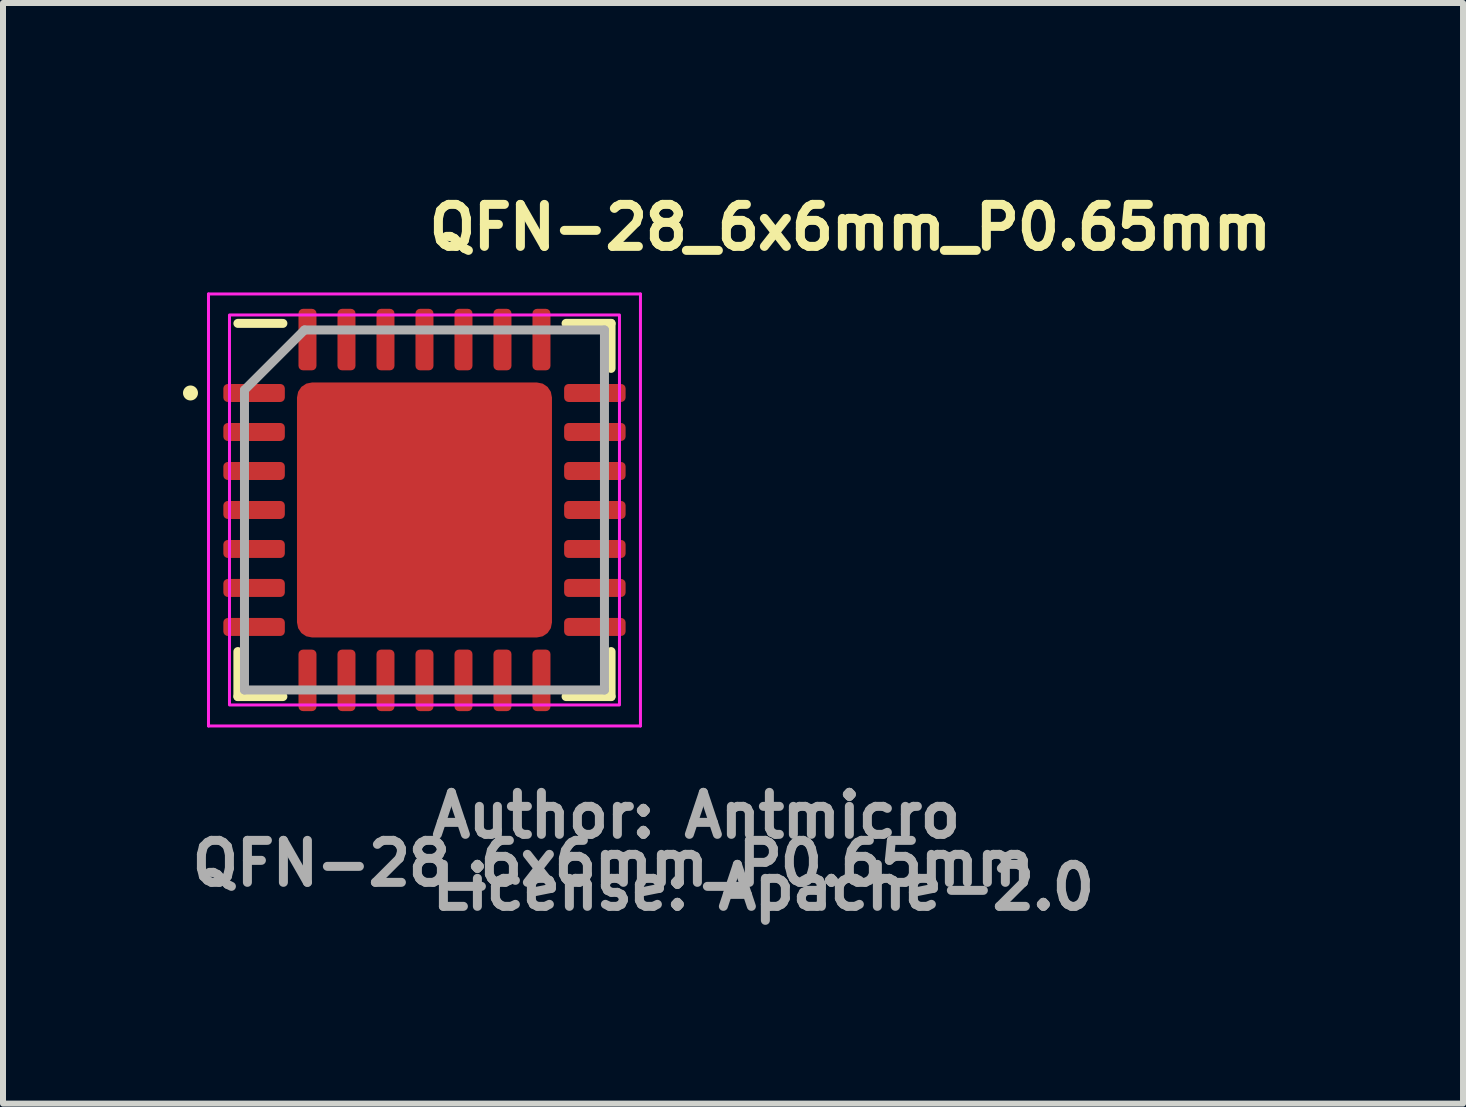
<source format=kicad_pcb>
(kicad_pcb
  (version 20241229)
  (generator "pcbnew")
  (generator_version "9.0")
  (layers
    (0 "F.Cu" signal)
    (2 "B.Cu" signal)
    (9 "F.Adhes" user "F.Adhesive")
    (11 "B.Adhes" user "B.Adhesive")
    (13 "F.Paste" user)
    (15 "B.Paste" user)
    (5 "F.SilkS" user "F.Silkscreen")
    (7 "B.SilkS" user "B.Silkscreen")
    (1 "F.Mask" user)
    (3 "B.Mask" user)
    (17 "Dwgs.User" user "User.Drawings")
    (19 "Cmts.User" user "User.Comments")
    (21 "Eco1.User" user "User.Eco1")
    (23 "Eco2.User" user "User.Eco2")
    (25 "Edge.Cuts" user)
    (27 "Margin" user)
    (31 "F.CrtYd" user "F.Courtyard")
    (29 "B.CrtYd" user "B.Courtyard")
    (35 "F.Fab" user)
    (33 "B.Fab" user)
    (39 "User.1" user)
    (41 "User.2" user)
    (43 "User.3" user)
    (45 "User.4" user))
  (footprint "QFN-28_6x6mm_P0.65mm"
    (layer "F.Cu")
    (at 4.025 5.45)
    (property "Reference" "QFN-28_6x6mm_P0.65mm" (at 0 -4.3 0) (layer "F.SilkS") (effects (font (size 0.7 0.7) (thickness 0.15)) (justify left bottom)))
    (attr smd)
    (fp_line (start -3.11 3.11) (end -3.11 2.36) (stroke (width 0.15) (type solid)) (layer "F.SilkS"))
    (fp_line (start -2.36 -3.11) (end -3.11 -3.11) (stroke (width 0.15) (type solid)) (layer "F.SilkS"))
    (fp_line (start -2.36 3.11) (end -3.11 3.11) (stroke (width 0.15) (type solid)) (layer "F.SilkS"))
    (fp_line (start 2.36 -3.11) (end 3.11 -3.11) (stroke (width 0.15) (type solid)) (layer "F.SilkS"))
    (fp_line (start 2.36 3.11) (end 3.11 3.11) (stroke (width 0.15) (type solid)) (layer "F.SilkS"))
    (fp_line (start 3.11 -3.11) (end 3.11 -2.36) (stroke (width 0.15) (type solid)) (layer "F.SilkS"))
    (fp_line (start 3.11 3.11) (end 3.11 2.36) (stroke (width 0.15) (type solid)) (layer "F.SilkS"))
    (fp_circle (center -3.9 -1.95) (end -3.85 -1.95) (stroke (width 0.15) (type solid)) (fill yes) (layer "F.SilkS"))
    (fp_line (start -3.6 -3.6) (end -3.6 3.6) (stroke (width 0.05) (type solid)) (layer "F.CrtYd"))
    (fp_line (start -3.6 3.6) (end 3.6 3.6) (stroke (width 0.05) (type solid)) (layer "F.CrtYd"))
    (fp_line (start 3.6 -3.6) (end -3.6 -3.6) (stroke (width 0.05) (type solid)) (layer "F.CrtYd"))
    (fp_line (start 3.6 3.6) (end 3.6 -3.6) (stroke (width 0.05) (type solid)) (layer "F.CrtYd"))
    (fp_rect (start -3.25 -3.25) (end 3.25 3.25) (stroke (width 0.05) (type solid)) (fill no) (layer "F.CrtYd"))
    (fp_line (start -3 -2) (end -2 -3) (stroke (width 0.15) (type solid)) (layer "F.Fab"))
    (fp_line (start -3 3) (end -3 -2) (stroke (width 0.15) (type solid)) (layer "F.Fab"))
    (fp_line (start -2 -3) (end 3 -3) (stroke (width 0.15) (type solid)) (layer "F.Fab"))
    (fp_line (start 3 -3) (end 3 3) (stroke (width 0.15) (type solid)) (layer "F.Fab"))
    (fp_line (start 3 3) (end -3 3) (stroke (width 0.15) (type solid)) (layer "F.Fab"))
    (fp_rect (start -3 -3) (end 3 3) (stroke (width 0.1) (type solid)) (fill no) (layer "User.5"))
    (fp_line (start -3 -3) (end -3 3) (stroke (width 0.02) (type solid)) (layer "User.9"))
    (fp_line (start -3 3) (end 3 3) (stroke (width 0.02) (type solid)) (layer "User.9"))
    (fp_line (start 3 -3) (end -3 -3) (stroke (width 0.02) (type solid)) (layer "User.9"))
    (fp_line (start 3 3) (end 3 -3) (stroke (width 0.02) (type solid)) (layer "User.9"))
    (fp_text user "${REFERENCE}" (at -3.95 6.3 0) (layer "F.Fab") (effects (font (size 0.7 0.7) (thickness 0.15)) (justify left bottom)))
    (fp_text user "License: Apache-2.0" (at 0.05 6.7 0) (layer "F.Fab") (effects (font (size 0.7 0.7) (thickness 0.15)) (justify left bottom)))
    (fp_text user "Author: Antmicro" (at 0.05 5.5 0) (layer "F.Fab") (effects (font (size 0.7 0.7) (thickness 0.15)) (justify left bottom)))
    (pad "" smd roundrect (at -1.42 -1.42) (size 1.14 1.14) (layers "F.Paste") (roundrect_rratio 0.219))
    (pad "" smd roundrect (at -1.42 0) (size 1.14 1.14) (layers "F.Paste") (roundrect_rratio 0.219))
    (pad "" smd roundrect (at -1.42 1.42) (size 1.14 1.14) (layers "F.Paste") (roundrect_rratio 0.219))
    (pad "" smd roundrect (at 0 -1.42) (size 1.14 1.14) (layers "F.Paste") (roundrect_rratio 0.219))
    (pad "" smd roundrect (at 0 0) (size 1.14 1.14) (layers "F.Paste") (roundrect_rratio 0.219))
    (pad "" smd roundrect (at 0 1.42) (size 1.14 1.14) (layers "F.Paste") (roundrect_rratio 0.219))
    (pad "" smd roundrect (at 1.42 -1.42) (size 1.14 1.14) (layers "F.Paste") (roundrect_rratio 0.219))
    (pad "" smd roundrect (at 1.42 0) (size 1.14 1.14) (layers "F.Paste") (roundrect_rratio 0.219))
    (pad "" smd roundrect (at 1.42 1.42) (size 1.14 1.14) (layers "F.Paste") (roundrect_rratio 0.219))
    (pad "1" smd roundrect (at -2.84 -1.95) (size 1.025 0.3) (layers "F.Cu" "F.Mask" "F.Paste") (roundrect_rratio 0.25))
    (pad "2" smd roundrect (at -2.84 -1.3) (size 1.025 0.3) (layers "F.Cu" "F.Mask" "F.Paste") (roundrect_rratio 0.25))
    (pad "3" smd roundrect (at -2.84 -0.65) (size 1.025 0.3) (layers "F.Cu" "F.Mask" "F.Paste") (roundrect_rratio 0.25))
    (pad "4" smd roundrect (at -2.84 0) (size 1.025 0.3) (layers "F.Cu" "F.Mask" "F.Paste") (roundrect_rratio 0.25))
    (pad "5" smd roundrect (at -2.84 0.65) (size 1.025 0.3) (layers "F.Cu" "F.Mask" "F.Paste") (roundrect_rratio 0.25))
    (pad "6" smd roundrect (at -2.84 1.3) (size 1.025 0.3) (layers "F.Cu" "F.Mask" "F.Paste") (roundrect_rratio 0.25))
    (pad "7" smd roundrect (at -2.84 1.95) (size 1.025 0.3) (layers "F.Cu" "F.Mask" "F.Paste") (roundrect_rratio 0.25))
    (pad "8" smd roundrect (at -1.95 2.84) (size 0.3 1.025) (layers "F.Cu" "F.Mask" "F.Paste") (roundrect_rratio 0.25))
    (pad "9" smd roundrect (at -1.3 2.84) (size 0.3 1.025) (layers "F.Cu" "F.Mask" "F.Paste") (roundrect_rratio 0.25))
    (pad "10" smd roundrect (at -0.65 2.84) (size 0.3 1.025) (layers "F.Cu" "F.Mask" "F.Paste") (roundrect_rratio 0.25))
    (pad "11" smd roundrect (at 0 2.84) (size 0.3 1.025) (layers "F.Cu" "F.Mask" "F.Paste") (roundrect_rratio 0.25))
    (pad "12" smd roundrect (at 0.65 2.84) (size 0.3 1.025) (layers "F.Cu" "F.Mask" "F.Paste") (roundrect_rratio 0.25))
    (pad "13" smd roundrect (at 1.3 2.84) (size 0.3 1.025) (layers "F.Cu" "F.Mask" "F.Paste") (roundrect_rratio 0.25))
    (pad "14" smd roundrect (at 1.95 2.84) (size 0.3 1.025) (layers "F.Cu" "F.Mask" "F.Paste") (roundrect_rratio 0.25))
    (pad "15" smd roundrect (at 2.84 1.95) (size 1.025 0.3) (layers "F.Cu" "F.Mask" "F.Paste") (roundrect_rratio 0.25))
    (pad "16" smd roundrect (at 2.84 1.3) (size 1.025 0.3) (layers "F.Cu" "F.Mask" "F.Paste") (roundrect_rratio 0.25))
    (pad "17" smd roundrect (at 2.84 0.65) (size 1.025 0.3) (layers "F.Cu" "F.Mask" "F.Paste") (roundrect_rratio 0.25))
    (pad "18" smd roundrect (at 2.84 0) (size 1.025 0.3) (layers "F.Cu" "F.Mask" "F.Paste") (roundrect_rratio 0.25))
    (pad "19" smd roundrect (at 2.84 -0.65) (size 1.025 0.3) (layers "F.Cu" "F.Mask" "F.Paste") (roundrect_rratio 0.25))
    (pad "20" smd roundrect (at 2.84 -1.3) (size 1.025 0.3) (layers "F.Cu" "F.Mask" "F.Paste") (roundrect_rratio 0.25))
    (pad "21" smd roundrect (at 2.84 -1.95) (size 1.025 0.3) (layers "F.Cu" "F.Mask" "F.Paste") (roundrect_rratio 0.25))
    (pad "22" smd roundrect (at 1.95 -2.84) (size 0.3 1.025) (layers "F.Cu" "F.Mask" "F.Paste") (roundrect_rratio 0.25))
    (pad "23" smd roundrect (at 1.3 -2.84) (size 0.3 1.025) (layers "F.Cu" "F.Mask" "F.Paste") (roundrect_rratio 0.25))
    (pad "24" smd roundrect (at 0.65 -2.84) (size 0.3 1.025) (layers "F.Cu" "F.Mask" "F.Paste") (roundrect_rratio 0.25))
    (pad "25" smd roundrect (at 0 -2.84) (size 0.3 1.025) (layers "F.Cu" "F.Mask" "F.Paste") (roundrect_rratio 0.25))
    (pad "26" smd roundrect (at -0.65 -2.84) (size 0.3 1.025) (layers "F.Cu" "F.Mask" "F.Paste") (roundrect_rratio 0.25))
    (pad "27" smd roundrect (at -1.3 -2.84) (size 0.3 1.025) (layers "F.Cu" "F.Mask" "F.Paste") (roundrect_rratio 0.25))
    (pad "28" smd roundrect (at -1.95 -2.84) (size 0.3 1.025) (layers "F.Cu" "F.Mask" "F.Paste") (roundrect_rratio 0.25))
    (pad "29" smd roundrect (at 0 0) (size 4.25 4.25) (layers "F.Cu" "F.Mask") (roundrect_rratio 0.059)))
  (gr_rect
    (start -3 -3)
    (end 21.335 15.345)
    (stroke (width 0.1) (type default))
    (fill no)
    (layer "Edge.Cuts")))
</source>
